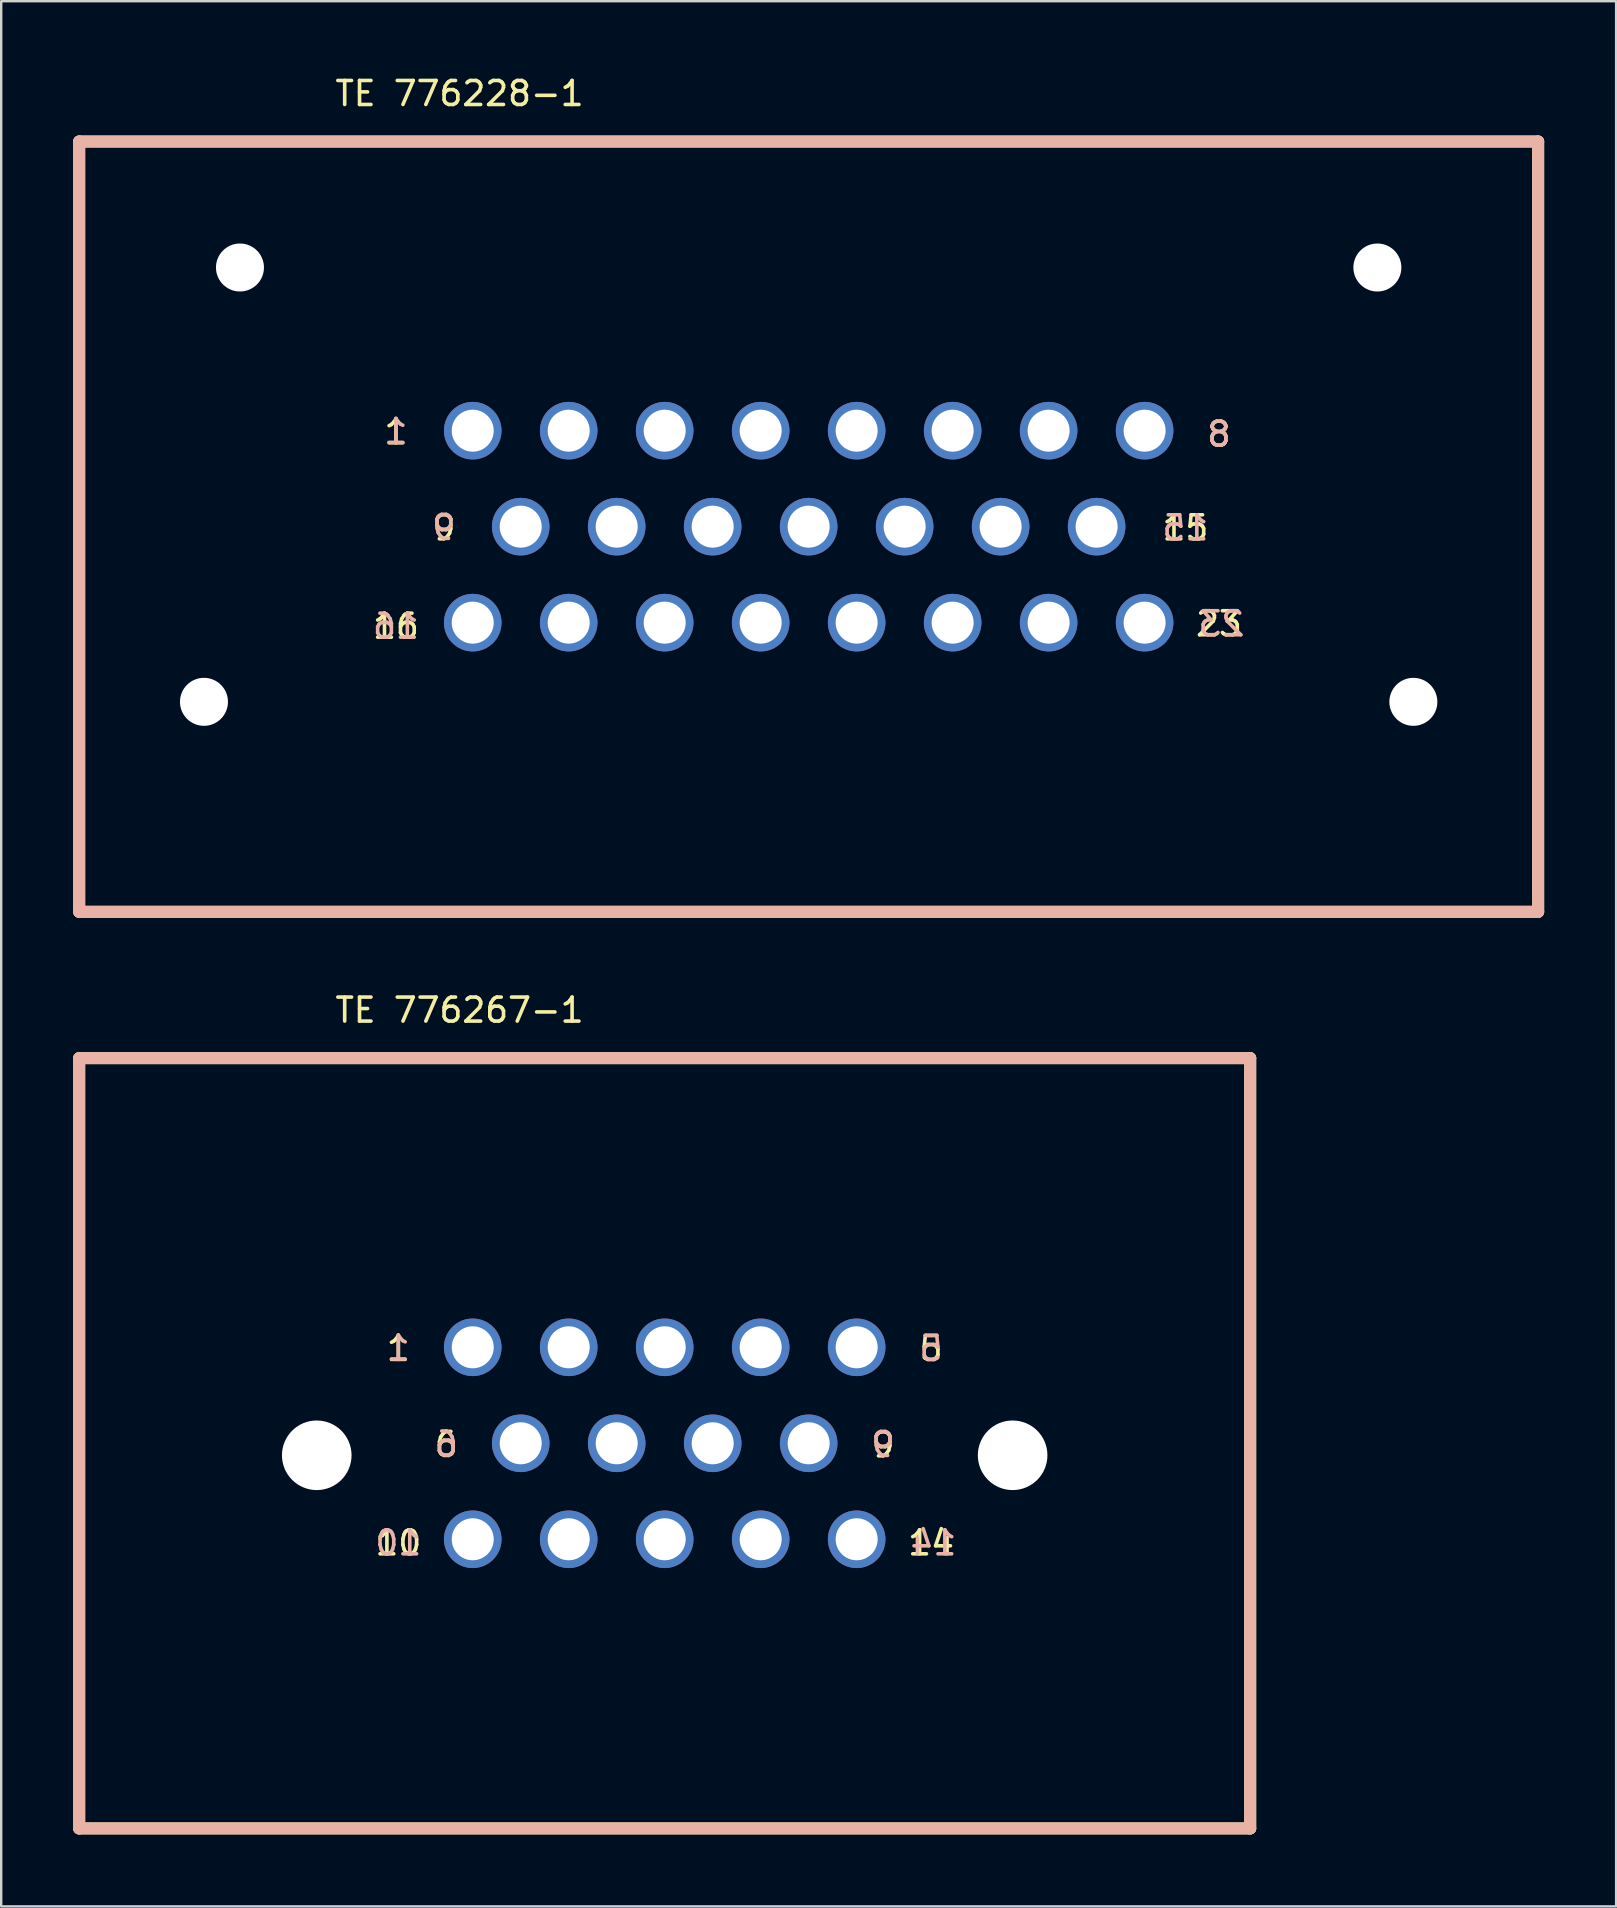
<source format=kicad_pcb>
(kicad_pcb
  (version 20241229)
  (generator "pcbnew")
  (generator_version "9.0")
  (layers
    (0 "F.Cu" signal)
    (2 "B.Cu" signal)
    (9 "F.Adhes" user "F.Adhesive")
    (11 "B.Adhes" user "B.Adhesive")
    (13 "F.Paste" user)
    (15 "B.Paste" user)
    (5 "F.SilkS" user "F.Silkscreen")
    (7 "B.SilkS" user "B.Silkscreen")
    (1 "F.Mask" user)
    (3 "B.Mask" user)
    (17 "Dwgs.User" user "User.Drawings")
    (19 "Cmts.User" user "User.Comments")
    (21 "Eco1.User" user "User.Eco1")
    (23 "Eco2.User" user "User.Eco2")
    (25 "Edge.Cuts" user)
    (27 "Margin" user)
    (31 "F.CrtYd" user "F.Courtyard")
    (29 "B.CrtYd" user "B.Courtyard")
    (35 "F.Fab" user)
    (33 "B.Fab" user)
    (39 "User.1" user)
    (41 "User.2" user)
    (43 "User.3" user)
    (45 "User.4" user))
  (footprint "TE 776228-1"
    (layer "F.Cu")
    (at 0.25 34.948)
    (property "Reference" "TE 776228-1" (at 15.85 -34.1 0) (layer "F.SilkS") (effects (font (size 1 1) (thickness 0.15))))
    (attr through_hole)
    (fp_line (start 0 -32.1) (end 60.8 -32.1) (stroke (width 0.5) (type solid)) (layer "F.SilkS"))
    (fp_line (start 0 0) (end 0 -32.1) (stroke (width 0.5) (type solid)) (layer "F.SilkS"))
    (fp_line (start 60.8 -32.1) (end 60.8 0) (stroke (width 0.5) (type solid)) (layer "F.SilkS"))
    (fp_line (start 60.8 0) (end 0 0) (stroke (width 0.5) (type solid)) (layer "F.SilkS"))
    (fp_line (start 0 -32.1) (end 0 0) (stroke (width 0.5) (type solid)) (layer "B.SilkS"))
    (fp_line (start 0 0) (end 60.8 0) (stroke (width 0.5) (type solid)) (layer "B.SilkS"))
    (fp_line (start 60.8 -32.1) (end 0 -32.1) (stroke (width 0.5) (type solid)) (layer "B.SilkS"))
    (fp_line (start 60.8 0) (end 60.8 -32.1) (stroke (width 0.5) (type solid)) (layer "B.SilkS"))
    (fp_text user "15" (at 46.1 -16 0) (unlocked yes) (layer "F.SilkS") (effects (font (size 1 1) (thickness 0.15))))
    (fp_text user "8" (at 47.5 -19.9 0) (unlocked yes) (layer "F.SilkS") (effects (font (size 1 1) (thickness 0.15))))
    (fp_text user "9" (at 15.2 -16 0) (unlocked yes) (layer "F.SilkS") (effects (font (size 1 1) (thickness 0.15))))
    (fp_text user "1" (at 13.2 -20 0) (unlocked yes) (layer "F.SilkS") (effects (font (size 1 1) (thickness 0.15))))
    (fp_text user "16" (at 13.2 -11.9 0) (unlocked yes) (layer "F.SilkS") (effects (font (size 1 1) (thickness 0.15))))
    (fp_text user "23" (at 47.5 -12 0) (unlocked yes) (layer "F.SilkS") (effects (font (size 1 1) (thickness 0.15))))
    (fp_text user "8" (at 47.5 -19.9 0) (unlocked yes) (layer "B.SilkS") (effects (font (size 1 1) (thickness 0.15)) (justify mirror)))
    (fp_text user "1" (at 13.2 -20.018 0) (unlocked yes) (layer "B.SilkS") (effects (font (size 1 1) (thickness 0.15)) (justify mirror)))
    (fp_text user "16" (at 13.2 -11.9 0) (unlocked yes) (layer "B.SilkS") (effects (font (size 1 1) (thickness 0.15)) (justify mirror)))
    (fp_text user "15" (at 46.1 -16 0) (unlocked yes) (layer "B.SilkS") (effects (font (size 1 1) (thickness 0.15)) (justify mirror)))
    (fp_text user "9" (at 15.2 -16.018 0) (unlocked yes) (layer "B.SilkS") (effects (font (size 1 1) (thickness 0.15)) (justify mirror)))
    (fp_text user "23" (at 47.6 -12 0) (unlocked yes) (layer "B.SilkS") (effects (font (size 1 1) (thickness 0.15)) (justify mirror)))
    (pad "" np_thru_hole circle (at 5.2 -8.75 180) (size 2 2) (drill 2) (layers "*.Cu" "*.Mask"))
    (pad "" np_thru_hole circle (at 6.7 -26.85 180) (size 2 2) (drill 2) (layers "*.Cu" "*.Mask"))
    (pad "" np_thru_hole circle (at 54.1 -26.85 180) (size 2 2) (drill 2) (layers "*.Cu" "*.Mask"))
    (pad "" np_thru_hole circle (at 55.6 -8.75 180) (size 2 2) (drill 2) (layers "*.Cu" "*.Mask"))
    (pad "1" thru_hole circle (at 16.4 -20.05 180) (size 2.4 2.4) (drill 1.75) (layers "*.Cu" "*.Mask"))
    (pad "2" thru_hole circle (at 20.4 -20.05 180) (size 2.4 2.4) (drill 1.75) (layers "*.Cu" "*.Mask"))
    (pad "3" thru_hole circle (at 24.4 -20.05 180) (size 2.4 2.4) (drill 1.75) (layers "*.Cu" "*.Mask"))
    (pad "4" thru_hole circle (at 28.4 -20.05 180) (size 2.4 2.4) (drill 1.75) (layers "*.Cu" "*.Mask"))
    (pad "5" thru_hole circle (at 32.4 -20.05 180) (size 2.4 2.4) (drill 1.75) (layers "*.Cu" "*.Mask"))
    (pad "6" thru_hole circle (at 36.4 -20.05 180) (size 2.4 2.4) (drill 1.75) (layers "*.Cu" "*.Mask"))
    (pad "7" thru_hole circle (at 40.4 -20.05 180) (size 2.4 2.4) (drill 1.75) (layers "*.Cu" "*.Mask"))
    (pad "8" thru_hole circle (at 44.4 -20.05 180) (size 2.4 2.4) (drill 1.75) (layers "*.Cu" "*.Mask"))
    (pad "9" thru_hole circle (at 18.4 -16.05 180) (size 2.4 2.4) (drill 1.75) (layers "*.Cu" "*.Mask"))
    (pad "10" thru_hole circle (at 22.4 -16.05 180) (size 2.4 2.4) (drill 1.75) (layers "*.Cu" "*.Mask"))
    (pad "11" thru_hole circle (at 26.4 -16.05 180) (size 2.4 2.4) (drill 1.75) (layers "*.Cu" "*.Mask"))
    (pad "12" thru_hole circle (at 30.4 -16.05 180) (size 2.4 2.4) (drill 1.75) (layers "*.Cu" "*.Mask"))
    (pad "13" thru_hole circle (at 34.4 -16.05 180) (size 2.4 2.4) (drill 1.75) (layers "*.Cu" "*.Mask"))
    (pad "14" thru_hole circle (at 38.4 -16.05 180) (size 2.4 2.4) (drill 1.75) (layers "*.Cu" "*.Mask"))
    (pad "15" thru_hole circle (at 42.4 -16.05 180) (size 2.4 2.4) (drill 1.75) (layers "*.Cu" "*.Mask"))
    (pad "16" thru_hole circle (at 16.4 -12.05 180) (size 2.4 2.4) (drill 1.75) (layers "*.Cu" "*.Mask"))
    (pad "17" thru_hole circle (at 20.4 -12.05 180) (size 2.4 2.4) (drill 1.75) (layers "*.Cu" "*.Mask"))
    (pad "18" thru_hole circle (at 24.4 -12.05 180) (size 2.4 2.4) (drill 1.75) (layers "*.Cu" "*.Mask"))
    (pad "19" thru_hole circle (at 28.4 -12.05 180) (size 2.4 2.4) (drill 1.75) (layers "*.Cu" "*.Mask"))
    (pad "20" thru_hole circle (at 32.4 -12.05 180) (size 2.4 2.4) (drill 1.75) (layers "*.Cu" "*.Mask"))
    (pad "21" thru_hole circle (at 36.4 -12.05 180) (size 2.4 2.4) (drill 1.75) (layers "*.Cu" "*.Mask"))
    (pad "22" thru_hole circle (at 40.4 -12.05 180) (size 2.4 2.4) (drill 1.75) (layers "*.Cu" "*.Mask"))
    (pad "23" thru_hole circle (at 44.4 -12.05 180) (size 2.4 2.4) (drill 1.75) (layers "*.Cu" "*.Mask")))
  (footprint "TE 776267-1"
    (layer "F.Cu")
    (at 0.25 73.147)
    (property "Reference" "TE 776267-1" (at 15.85 -34.1 0) (layer "F.SilkS") (effects (font (size 1 1) (thickness 0.15))))
    (attr through_hole)
    (fp_line (start 0 -32.1) (end 48.8 -32.1) (stroke (width 0.5) (type solid)) (layer "F.SilkS"))
    (fp_line (start 0 0) (end 0 -32.1) (stroke (width 0.5) (type solid)) (layer "F.SilkS"))
    (fp_line (start 48.8 -32.1) (end 48.8 0) (stroke (width 0.5) (type solid)) (layer "F.SilkS"))
    (fp_line (start 48.8 0) (end 0 0) (stroke (width 0.5) (type solid)) (layer "F.SilkS"))
    (fp_line (start 0 -32.1) (end 0 0) (stroke (width 0.5) (type solid)) (layer "B.SilkS"))
    (fp_line (start 0 0) (end 48.8 0) (stroke (width 0.5) (type solid)) (layer "B.SilkS"))
    (fp_line (start 48.8 -32.1) (end 0 -32.1) (stroke (width 0.5) (type solid)) (layer "B.SilkS"))
    (fp_line (start 48.8 0) (end 48.8 -32.1) (stroke (width 0.5) (type solid)) (layer "B.SilkS"))
    (fp_text user "6" (at 15.3 -16 0) (unlocked yes) (layer "F.SilkS") (effects (font (size 1 1) (thickness 0.15))))
    (fp_text user "10" (at 13.3 -11.9 0) (unlocked yes) (layer "F.SilkS") (effects (font (size 1 1) (thickness 0.15))))
    (fp_text user "5" (at 35.5 -20 0) (unlocked yes) (layer "F.SilkS") (effects (font (size 1 1) (thickness 0.15))))
    (fp_text user "9" (at 33.5 -15.982 0) (unlocked yes) (layer "F.SilkS") (effects (font (size 1 1) (thickness 0.15))))
    (fp_text user "1" (at 13.3 -20 0) (unlocked yes) (layer "F.SilkS") (effects (font (size 1 1) (thickness 0.15))))
    (fp_text user "14" (at 35.5 -11.9 0) (unlocked yes) (layer "F.SilkS") (effects (font (size 1 1) (thickness 0.15))))
    (fp_text user "5" (at 35.5 -20 0) (unlocked yes) (layer "B.SilkS") (effects (font (size 1 1) (thickness 0.15)) (justify mirror)))
    (fp_text user "9" (at 33.5 -16 0) (unlocked yes) (layer "B.SilkS") (effects (font (size 1 1) (thickness 0.15)) (justify mirror)))
    (fp_text user "6" (at 15.3 -16.018 0) (unlocked yes) (layer "B.SilkS") (effects (font (size 1 1) (thickness 0.15)) (justify mirror)))
    (fp_text user "14" (at 35.6 -11.9 0) (unlocked yes) (layer "B.SilkS") (effects (font (size 1 1) (thickness 0.15)) (justify mirror)))
    (fp_text user "1" (at 13.3 -20.018 0) (unlocked yes) (layer "B.SilkS") (effects (font (size 1 1) (thickness 0.15)) (justify mirror)))
    (fp_text user "10" (at 13.3 -11.9 0) (unlocked yes) (layer "B.SilkS") (effects (font (size 1 1) (thickness 0.15)) (justify mirror)))
    (pad "" np_thru_hole circle (at 9.9 -15.55 180) (size 2.9 2.9) (drill 2.9) (layers "*.Cu" "*.Mask"))
    (pad "" np_thru_hole circle (at 38.9 -15.55 180) (size 2.9 2.9) (drill 2.9) (layers "*.Cu" "*.Mask"))
    (pad "1" thru_hole circle (at 16.4 -20.05 180) (size 2.4 2.4) (drill 1.75) (layers "*.Cu" "*.Mask"))
    (pad "2" thru_hole circle (at 20.4 -20.05 180) (size 2.4 2.4) (drill 1.75) (layers "*.Cu" "*.Mask"))
    (pad "3" thru_hole circle (at 24.4 -20.05 180) (size 2.4 2.4) (drill 1.75) (layers "*.Cu" "*.Mask"))
    (pad "4" thru_hole circle (at 28.4 -20.05 180) (size 2.4 2.4) (drill 1.75) (layers "*.Cu" "*.Mask"))
    (pad "5" thru_hole circle (at 32.4 -20.05 180) (size 2.4 2.4) (drill 1.75) (layers "*.Cu" "*.Mask"))
    (pad "6" thru_hole circle (at 18.4 -16.05 180) (size 2.4 2.4) (drill 1.75) (layers "*.Cu" "*.Mask"))
    (pad "7" thru_hole circle (at 22.4 -16.05 180) (size 2.4 2.4) (drill 1.75) (layers "*.Cu" "*.Mask"))
    (pad "8" thru_hole circle (at 26.4 -16.05 180) (size 2.4 2.4) (drill 1.75) (layers "*.Cu" "*.Mask"))
    (pad "9" thru_hole circle (at 30.4 -16.05 180) (size 2.4 2.4) (drill 1.75) (layers "*.Cu" "*.Mask"))
    (pad "10" thru_hole circle (at 16.4 -12.05 180) (size 2.4 2.4) (drill 1.75) (layers "*.Cu" "*.Mask"))
    (pad "11" thru_hole circle (at 20.4 -12.05 180) (size 2.4 2.4) (drill 1.75) (layers "*.Cu" "*.Mask"))
    (pad "12" thru_hole circle (at 24.4 -12.05 180) (size 2.4 2.4) (drill 1.75) (layers "*.Cu" "*.Mask"))
    (pad "13" thru_hole circle (at 28.4 -12.05 180) (size 2.4 2.4) (drill 1.75) (layers "*.Cu" "*.Mask"))
    (pad "14" thru_hole circle (at 32.4 -12.05 180) (size 2.4 2.4) (drill 1.75) (layers "*.Cu" "*.Mask")))
  (gr_rect
    (start -3 -3)
    (end 64.3 76.397)
    (stroke (width 0.1) (type default))
    (fill no)
    (layer "Edge.Cuts")))
</source>
